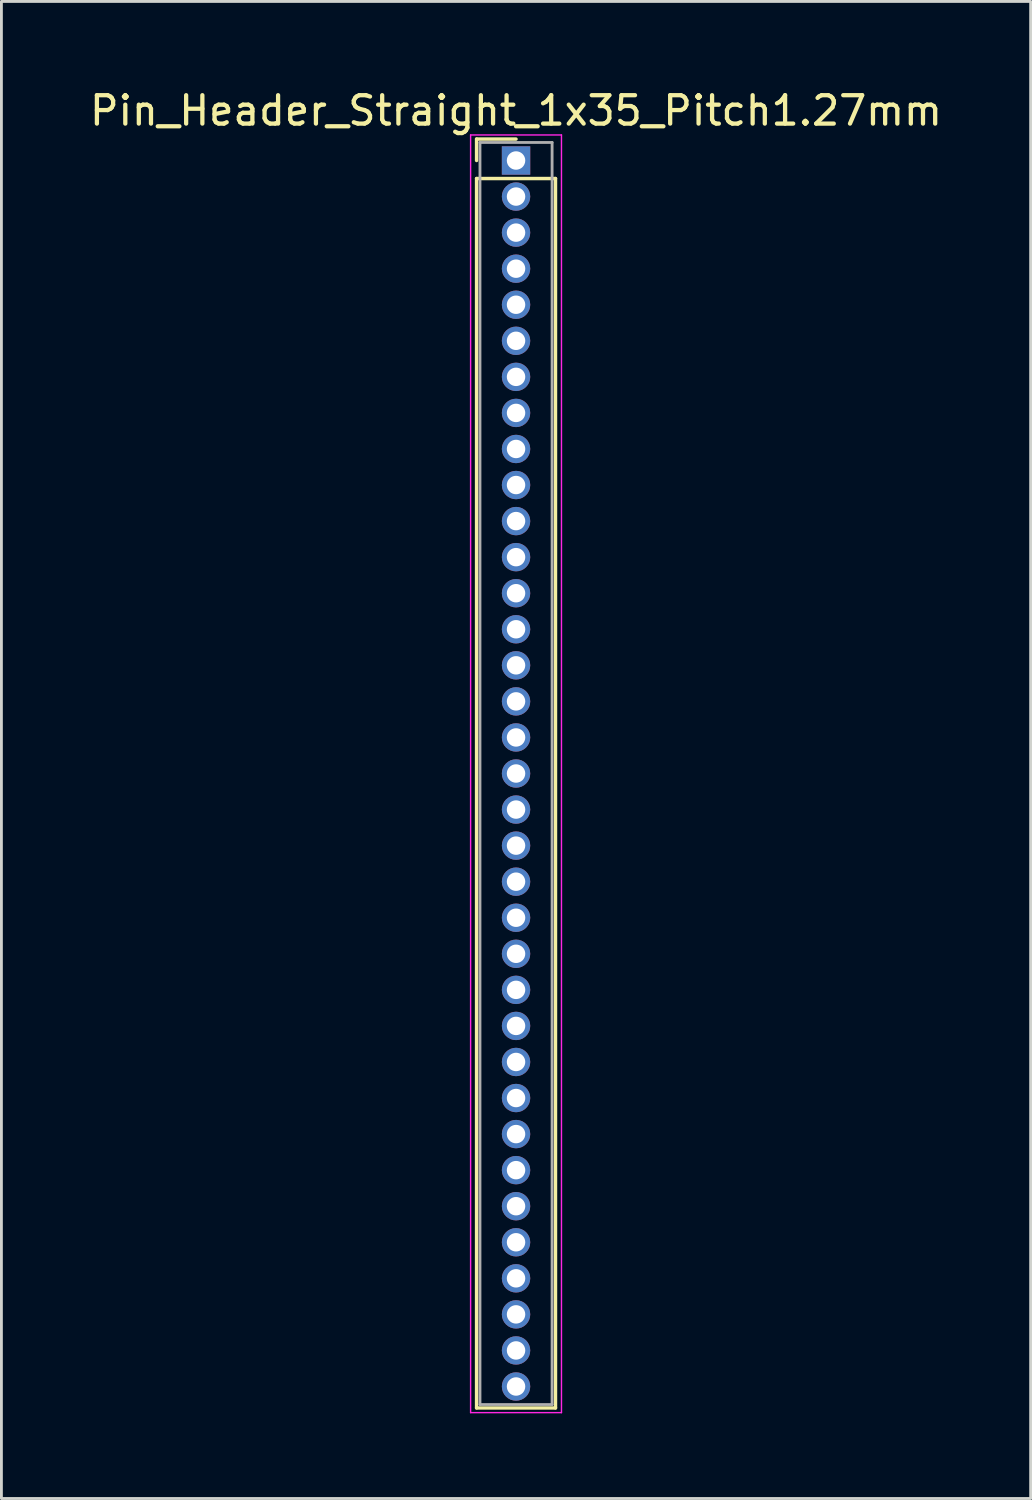
<source format=kicad_pcb>
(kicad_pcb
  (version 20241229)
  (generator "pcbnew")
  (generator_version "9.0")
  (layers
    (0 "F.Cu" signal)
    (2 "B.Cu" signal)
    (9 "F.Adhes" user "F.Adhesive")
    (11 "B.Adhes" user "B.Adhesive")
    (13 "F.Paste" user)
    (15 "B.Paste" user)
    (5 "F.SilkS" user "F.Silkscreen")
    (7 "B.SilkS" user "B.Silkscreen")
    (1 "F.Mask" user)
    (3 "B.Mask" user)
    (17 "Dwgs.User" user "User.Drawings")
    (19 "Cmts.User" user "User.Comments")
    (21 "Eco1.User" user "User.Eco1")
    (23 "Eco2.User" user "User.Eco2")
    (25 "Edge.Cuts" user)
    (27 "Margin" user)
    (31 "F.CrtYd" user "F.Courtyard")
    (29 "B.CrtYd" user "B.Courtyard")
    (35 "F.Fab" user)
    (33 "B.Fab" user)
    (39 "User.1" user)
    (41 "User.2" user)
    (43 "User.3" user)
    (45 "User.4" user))
  (footprint "Pin_Header_Straight_1x35_Pitch1.27mm"
    (layer "F.Cu")
    (at 15.125 2.603)
    (property "Reference" "Pin_Header_Straight_1x35_Pitch1.27mm" (at 0 -1.755 0) (layer "F.SilkS") (effects (font (size 1 1) (thickness 0.15))))
    (attr through_hole)
    (fp_line (start -1.39 -0.755) (end 0 -0.755) (stroke (width 0.12) (type solid)) (layer "F.SilkS"))
    (fp_line (start -1.39 0) (end -1.39 -0.755) (stroke (width 0.12) (type solid)) (layer "F.SilkS"))
    (fp_line (start -1.39 0.635) (end -1.39 43.935) (stroke (width 0.12) (type solid)) (layer "F.SilkS"))
    (fp_line (start -1.39 43.935) (end 1.39 43.935) (stroke (width 0.12) (type solid)) (layer "F.SilkS"))
    (fp_line (start 1.39 0.635) (end -1.39 0.635) (stroke (width 0.12) (type solid)) (layer "F.SilkS"))
    (fp_line (start 1.39 43.935) (end 1.39 0.635) (stroke (width 0.12) (type solid)) (layer "F.SilkS"))
    (fp_line (start -1.6 -0.9) (end -1.6 44.1) (stroke (width 0.05) (type solid)) (layer "F.CrtYd"))
    (fp_line (start -1.6 44.1) (end 1.6 44.1) (stroke (width 0.05) (type solid)) (layer "F.CrtYd"))
    (fp_line (start 1.6 -0.9) (end -1.6 -0.9) (stroke (width 0.05) (type solid)) (layer "F.CrtYd"))
    (fp_line (start 1.6 44.1) (end 1.6 -0.9) (stroke (width 0.05) (type solid)) (layer "F.CrtYd"))
    (fp_line (start -1.27 -0.635) (end -1.27 43.815) (stroke (width 0.1) (type solid)) (layer "F.Fab"))
    (fp_line (start -1.27 43.815) (end 1.27 43.815) (stroke (width 0.1) (type solid)) (layer "F.Fab"))
    (fp_line (start 1.27 -0.635) (end -1.27 -0.635) (stroke (width 0.1) (type solid)) (layer "F.Fab"))
    (fp_line (start 1.27 43.815) (end 1.27 -0.635) (stroke (width 0.1) (type solid)) (layer "F.Fab"))
    (pad "1" thru_hole rect (at 0 0) (size 1 1) (drill 0.65) (layers "*.Cu" "*.Mask"))
    (pad "2" thru_hole oval (at 0 1.27) (size 1 1) (drill 0.65) (layers "*.Cu" "*.Mask"))
    (pad "3" thru_hole oval (at 0 2.54) (size 1 1) (drill 0.65) (layers "*.Cu" "*.Mask"))
    (pad "4" thru_hole oval (at 0 3.81) (size 1 1) (drill 0.65) (layers "*.Cu" "*.Mask"))
    (pad "5" thru_hole oval (at 0 5.08) (size 1 1) (drill 0.65) (layers "*.Cu" "*.Mask"))
    (pad "6" thru_hole oval (at 0 6.35) (size 1 1) (drill 0.65) (layers "*.Cu" "*.Mask"))
    (pad "7" thru_hole oval (at 0 7.62) (size 1 1) (drill 0.65) (layers "*.Cu" "*.Mask"))
    (pad "8" thru_hole oval (at 0 8.89) (size 1 1) (drill 0.65) (layers "*.Cu" "*.Mask"))
    (pad "9" thru_hole oval (at 0 10.16) (size 1 1) (drill 0.65) (layers "*.Cu" "*.Mask"))
    (pad "10" thru_hole oval (at 0 11.43) (size 1 1) (drill 0.65) (layers "*.Cu" "*.Mask"))
    (pad "11" thru_hole oval (at 0 12.7) (size 1 1) (drill 0.65) (layers "*.Cu" "*.Mask"))
    (pad "12" thru_hole oval (at 0 13.97) (size 1 1) (drill 0.65) (layers "*.Cu" "*.Mask"))
    (pad "13" thru_hole oval (at 0 15.24) (size 1 1) (drill 0.65) (layers "*.Cu" "*.Mask"))
    (pad "14" thru_hole oval (at 0 16.51) (size 1 1) (drill 0.65) (layers "*.Cu" "*.Mask"))
    (pad "15" thru_hole oval (at 0 17.78) (size 1 1) (drill 0.65) (layers "*.Cu" "*.Mask"))
    (pad "16" thru_hole oval (at 0 19.05) (size 1 1) (drill 0.65) (layers "*.Cu" "*.Mask"))
    (pad "17" thru_hole oval (at 0 20.32) (size 1 1) (drill 0.65) (layers "*.Cu" "*.Mask"))
    (pad "18" thru_hole oval (at 0 21.59) (size 1 1) (drill 0.65) (layers "*.Cu" "*.Mask"))
    (pad "19" thru_hole oval (at 0 22.86) (size 1 1) (drill 0.65) (layers "*.Cu" "*.Mask"))
    (pad "20" thru_hole oval (at 0 24.13) (size 1 1) (drill 0.65) (layers "*.Cu" "*.Mask"))
    (pad "21" thru_hole oval (at 0 25.4) (size 1 1) (drill 0.65) (layers "*.Cu" "*.Mask"))
    (pad "22" thru_hole oval (at 0 26.67) (size 1 1) (drill 0.65) (layers "*.Cu" "*.Mask"))
    (pad "23" thru_hole oval (at 0 27.94) (size 1 1) (drill 0.65) (layers "*.Cu" "*.Mask"))
    (pad "24" thru_hole oval (at 0 29.21) (size 1 1) (drill 0.65) (layers "*.Cu" "*.Mask"))
    (pad "25" thru_hole oval (at 0 30.48) (size 1 1) (drill 0.65) (layers "*.Cu" "*.Mask"))
    (pad "26" thru_hole oval (at 0 31.75) (size 1 1) (drill 0.65) (layers "*.Cu" "*.Mask"))
    (pad "27" thru_hole oval (at 0 33.02) (size 1 1) (drill 0.65) (layers "*.Cu" "*.Mask"))
    (pad "28" thru_hole oval (at 0 34.29) (size 1 1) (drill 0.65) (layers "*.Cu" "*.Mask"))
    (pad "29" thru_hole oval (at 0 35.56) (size 1 1) (drill 0.65) (layers "*.Cu" "*.Mask"))
    (pad "30" thru_hole oval (at 0 36.83) (size 1 1) (drill 0.65) (layers "*.Cu" "*.Mask"))
    (pad "31" thru_hole oval (at 0 38.1) (size 1 1) (drill 0.65) (layers "*.Cu" "*.Mask"))
    (pad "32" thru_hole oval (at 0 39.37) (size 1 1) (drill 0.65) (layers "*.Cu" "*.Mask"))
    (pad "33" thru_hole oval (at 0 40.64) (size 1 1) (drill 0.65) (layers "*.Cu" "*.Mask"))
    (pad "34" thru_hole oval (at 0 41.91) (size 1 1) (drill 0.65) (layers "*.Cu" "*.Mask"))
    (pad "35" thru_hole oval (at 0 43.18) (size 1 1) (drill 0.65) (layers "*.Cu" "*.Mask")))
  (gr_rect
    (start -3 -3)
    (end 33.25 49.728)
    (stroke (width 0.1) (type default))
    (fill no)
    (layer "Edge.Cuts")))
</source>
